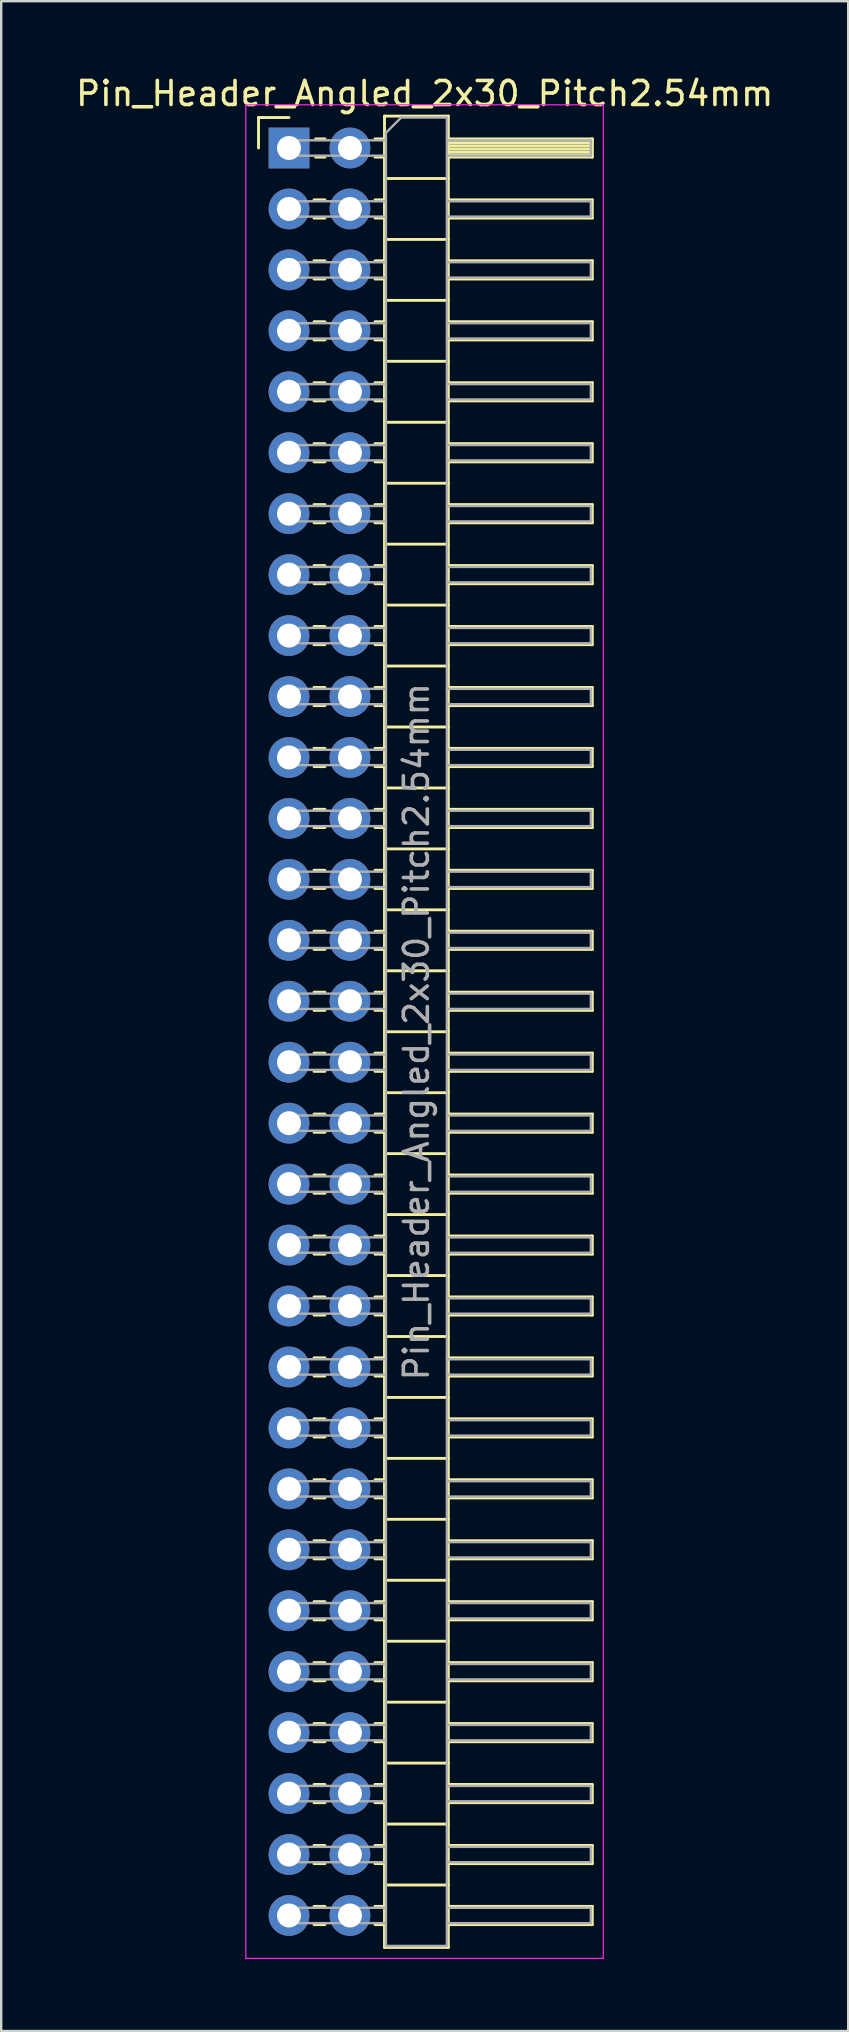
<source format=kicad_pcb>
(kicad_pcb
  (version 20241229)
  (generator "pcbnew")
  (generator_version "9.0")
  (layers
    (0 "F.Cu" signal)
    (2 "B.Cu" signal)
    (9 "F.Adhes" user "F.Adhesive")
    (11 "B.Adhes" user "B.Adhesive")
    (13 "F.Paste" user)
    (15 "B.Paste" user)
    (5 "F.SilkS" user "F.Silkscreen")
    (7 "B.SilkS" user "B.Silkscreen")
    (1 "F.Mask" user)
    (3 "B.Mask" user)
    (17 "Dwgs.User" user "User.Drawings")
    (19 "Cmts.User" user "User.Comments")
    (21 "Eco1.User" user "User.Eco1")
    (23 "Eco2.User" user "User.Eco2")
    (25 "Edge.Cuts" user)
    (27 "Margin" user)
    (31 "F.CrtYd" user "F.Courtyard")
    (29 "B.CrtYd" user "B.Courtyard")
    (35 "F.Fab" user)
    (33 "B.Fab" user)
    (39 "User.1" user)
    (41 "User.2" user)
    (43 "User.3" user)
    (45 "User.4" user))
  (footprint "Pin_Header_Angled_2x30_Pitch2.54mm"
    (layer "F.Cu")
    (at 8.994 3.118)
    (property "Reference" "Pin_Header_Angled_2x30_Pitch2.54mm" (at 5.655 -2.27 0) (layer "F.SilkS") (effects (font (size 1 1) (thickness 0.15))))
    (attr through_hole)
    (fp_line (start -1.27 -1.27) (end 0 -1.27) (stroke (width 0.12) (type solid)) (layer "F.SilkS"))
    (fp_line (start -1.27 0) (end -1.27 -1.27) (stroke (width 0.12) (type solid)) (layer "F.SilkS"))
    (fp_line (start 1.043 2.16) (end 1.497 2.16) (stroke (width 0.12) (type solid)) (layer "F.SilkS"))
    (fp_line (start 1.043 2.92) (end 1.497 2.92) (stroke (width 0.12) (type solid)) (layer "F.SilkS"))
    (fp_line (start 1.043 4.7) (end 1.497 4.7) (stroke (width 0.12) (type solid)) (layer "F.SilkS"))
    (fp_line (start 1.043 5.46) (end 1.497 5.46) (stroke (width 0.12) (type solid)) (layer "F.SilkS"))
    (fp_line (start 1.043 7.24) (end 1.497 7.24) (stroke (width 0.12) (type solid)) (layer "F.SilkS"))
    (fp_line (start 1.043 8) (end 1.497 8) (stroke (width 0.12) (type solid)) (layer "F.SilkS"))
    (fp_line (start 1.043 9.78) (end 1.497 9.78) (stroke (width 0.12) (type solid)) (layer "F.SilkS"))
    (fp_line (start 1.043 10.54) (end 1.497 10.54) (stroke (width 0.12) (type solid)) (layer "F.SilkS"))
    (fp_line (start 1.043 12.32) (end 1.497 12.32) (stroke (width 0.12) (type solid)) (layer "F.SilkS"))
    (fp_line (start 1.043 13.08) (end 1.497 13.08) (stroke (width 0.12) (type solid)) (layer "F.SilkS"))
    (fp_line (start 1.043 14.86) (end 1.497 14.86) (stroke (width 0.12) (type solid)) (layer "F.SilkS"))
    (fp_line (start 1.043 15.62) (end 1.497 15.62) (stroke (width 0.12) (type solid)) (layer "F.SilkS"))
    (fp_line (start 1.043 17.4) (end 1.497 17.4) (stroke (width 0.12) (type solid)) (layer "F.SilkS"))
    (fp_line (start 1.043 18.16) (end 1.497 18.16) (stroke (width 0.12) (type solid)) (layer "F.SilkS"))
    (fp_line (start 1.043 19.94) (end 1.497 19.94) (stroke (width 0.12) (type solid)) (layer "F.SilkS"))
    (fp_line (start 1.043 20.7) (end 1.497 20.7) (stroke (width 0.12) (type solid)) (layer "F.SilkS"))
    (fp_line (start 1.043 22.48) (end 1.497 22.48) (stroke (width 0.12) (type solid)) (layer "F.SilkS"))
    (fp_line (start 1.043 23.24) (end 1.497 23.24) (stroke (width 0.12) (type solid)) (layer "F.SilkS"))
    (fp_line (start 1.043 25.02) (end 1.497 25.02) (stroke (width 0.12) (type solid)) (layer "F.SilkS"))
    (fp_line (start 1.043 25.78) (end 1.497 25.78) (stroke (width 0.12) (type solid)) (layer "F.SilkS"))
    (fp_line (start 1.043 27.56) (end 1.497 27.56) (stroke (width 0.12) (type solid)) (layer "F.SilkS"))
    (fp_line (start 1.043 28.32) (end 1.497 28.32) (stroke (width 0.12) (type solid)) (layer "F.SilkS"))
    (fp_line (start 1.043 30.1) (end 1.497 30.1) (stroke (width 0.12) (type solid)) (layer "F.SilkS"))
    (fp_line (start 1.043 30.86) (end 1.497 30.86) (stroke (width 0.12) (type solid)) (layer "F.SilkS"))
    (fp_line (start 1.043 32.64) (end 1.497 32.64) (stroke (width 0.12) (type solid)) (layer "F.SilkS"))
    (fp_line (start 1.043 33.4) (end 1.497 33.4) (stroke (width 0.12) (type solid)) (layer "F.SilkS"))
    (fp_line (start 1.043 35.18) (end 1.497 35.18) (stroke (width 0.12) (type solid)) (layer "F.SilkS"))
    (fp_line (start 1.043 35.94) (end 1.497 35.94) (stroke (width 0.12) (type solid)) (layer "F.SilkS"))
    (fp_line (start 1.043 37.72) (end 1.497 37.72) (stroke (width 0.12) (type solid)) (layer "F.SilkS"))
    (fp_line (start 1.043 38.48) (end 1.497 38.48) (stroke (width 0.12) (type solid)) (layer "F.SilkS"))
    (fp_line (start 1.043 40.26) (end 1.497 40.26) (stroke (width 0.12) (type solid)) (layer "F.SilkS"))
    (fp_line (start 1.043 41.02) (end 1.497 41.02) (stroke (width 0.12) (type solid)) (layer "F.SilkS"))
    (fp_line (start 1.043 42.8) (end 1.497 42.8) (stroke (width 0.12) (type solid)) (layer "F.SilkS"))
    (fp_line (start 1.043 43.56) (end 1.497 43.56) (stroke (width 0.12) (type solid)) (layer "F.SilkS"))
    (fp_line (start 1.043 45.34) (end 1.497 45.34) (stroke (width 0.12) (type solid)) (layer "F.SilkS"))
    (fp_line (start 1.043 46.1) (end 1.497 46.1) (stroke (width 0.12) (type solid)) (layer "F.SilkS"))
    (fp_line (start 1.043 47.88) (end 1.497 47.88) (stroke (width 0.12) (type solid)) (layer "F.SilkS"))
    (fp_line (start 1.043 48.64) (end 1.497 48.64) (stroke (width 0.12) (type solid)) (layer "F.SilkS"))
    (fp_line (start 1.043 50.42) (end 1.497 50.42) (stroke (width 0.12) (type solid)) (layer "F.SilkS"))
    (fp_line (start 1.043 51.18) (end 1.497 51.18) (stroke (width 0.12) (type solid)) (layer "F.SilkS"))
    (fp_line (start 1.043 52.96) (end 1.497 52.96) (stroke (width 0.12) (type solid)) (layer "F.SilkS"))
    (fp_line (start 1.043 53.72) (end 1.497 53.72) (stroke (width 0.12) (type solid)) (layer "F.SilkS"))
    (fp_line (start 1.043 55.5) (end 1.497 55.5) (stroke (width 0.12) (type solid)) (layer "F.SilkS"))
    (fp_line (start 1.043 56.26) (end 1.497 56.26) (stroke (width 0.12) (type solid)) (layer "F.SilkS"))
    (fp_line (start 1.043 58.04) (end 1.497 58.04) (stroke (width 0.12) (type solid)) (layer "F.SilkS"))
    (fp_line (start 1.043 58.8) (end 1.497 58.8) (stroke (width 0.12) (type solid)) (layer "F.SilkS"))
    (fp_line (start 1.043 60.58) (end 1.497 60.58) (stroke (width 0.12) (type solid)) (layer "F.SilkS"))
    (fp_line (start 1.043 61.34) (end 1.497 61.34) (stroke (width 0.12) (type solid)) (layer "F.SilkS"))
    (fp_line (start 1.043 63.12) (end 1.497 63.12) (stroke (width 0.12) (type solid)) (layer "F.SilkS"))
    (fp_line (start 1.043 63.88) (end 1.497 63.88) (stroke (width 0.12) (type solid)) (layer "F.SilkS"))
    (fp_line (start 1.043 65.66) (end 1.497 65.66) (stroke (width 0.12) (type solid)) (layer "F.SilkS"))
    (fp_line (start 1.043 66.42) (end 1.497 66.42) (stroke (width 0.12) (type solid)) (layer "F.SilkS"))
    (fp_line (start 1.043 68.2) (end 1.497 68.2) (stroke (width 0.12) (type solid)) (layer "F.SilkS"))
    (fp_line (start 1.043 68.96) (end 1.497 68.96) (stroke (width 0.12) (type solid)) (layer "F.SilkS"))
    (fp_line (start 1.043 70.74) (end 1.497 70.74) (stroke (width 0.12) (type solid)) (layer "F.SilkS"))
    (fp_line (start 1.043 71.5) (end 1.497 71.5) (stroke (width 0.12) (type solid)) (layer "F.SilkS"))
    (fp_line (start 1.043 73.28) (end 1.497 73.28) (stroke (width 0.12) (type solid)) (layer "F.SilkS"))
    (fp_line (start 1.043 74.04) (end 1.497 74.04) (stroke (width 0.12) (type solid)) (layer "F.SilkS"))
    (fp_line (start 1.11 -0.38) (end 1.497 -0.38) (stroke (width 0.12) (type solid)) (layer "F.SilkS"))
    (fp_line (start 1.11 0.38) (end 1.497 0.38) (stroke (width 0.12) (type solid)) (layer "F.SilkS"))
    (fp_line (start 3.583 -0.38) (end 3.98 -0.38) (stroke (width 0.12) (type solid)) (layer "F.SilkS"))
    (fp_line (start 3.583 0.38) (end 3.98 0.38) (stroke (width 0.12) (type solid)) (layer "F.SilkS"))
    (fp_line (start 3.583 2.16) (end 3.98 2.16) (stroke (width 0.12) (type solid)) (layer "F.SilkS"))
    (fp_line (start 3.583 2.92) (end 3.98 2.92) (stroke (width 0.12) (type solid)) (layer "F.SilkS"))
    (fp_line (start 3.583 4.7) (end 3.98 4.7) (stroke (width 0.12) (type solid)) (layer "F.SilkS"))
    (fp_line (start 3.583 5.46) (end 3.98 5.46) (stroke (width 0.12) (type solid)) (layer "F.SilkS"))
    (fp_line (start 3.583 7.24) (end 3.98 7.24) (stroke (width 0.12) (type solid)) (layer "F.SilkS"))
    (fp_line (start 3.583 8) (end 3.98 8) (stroke (width 0.12) (type solid)) (layer "F.SilkS"))
    (fp_line (start 3.583 9.78) (end 3.98 9.78) (stroke (width 0.12) (type solid)) (layer "F.SilkS"))
    (fp_line (start 3.583 10.54) (end 3.98 10.54) (stroke (width 0.12) (type solid)) (layer "F.SilkS"))
    (fp_line (start 3.583 12.32) (end 3.98 12.32) (stroke (width 0.12) (type solid)) (layer "F.SilkS"))
    (fp_line (start 3.583 13.08) (end 3.98 13.08) (stroke (width 0.12) (type solid)) (layer "F.SilkS"))
    (fp_line (start 3.583 14.86) (end 3.98 14.86) (stroke (width 0.12) (type solid)) (layer "F.SilkS"))
    (fp_line (start 3.583 15.62) (end 3.98 15.62) (stroke (width 0.12) (type solid)) (layer "F.SilkS"))
    (fp_line (start 3.583 17.4) (end 3.98 17.4) (stroke (width 0.12) (type solid)) (layer "F.SilkS"))
    (fp_line (start 3.583 18.16) (end 3.98 18.16) (stroke (width 0.12) (type solid)) (layer "F.SilkS"))
    (fp_line (start 3.583 19.94) (end 3.98 19.94) (stroke (width 0.12) (type solid)) (layer "F.SilkS"))
    (fp_line (start 3.583 20.7) (end 3.98 20.7) (stroke (width 0.12) (type solid)) (layer "F.SilkS"))
    (fp_line (start 3.583 22.48) (end 3.98 22.48) (stroke (width 0.12) (type solid)) (layer "F.SilkS"))
    (fp_line (start 3.583 23.24) (end 3.98 23.24) (stroke (width 0.12) (type solid)) (layer "F.SilkS"))
    (fp_line (start 3.583 25.02) (end 3.98 25.02) (stroke (width 0.12) (type solid)) (layer "F.SilkS"))
    (fp_line (start 3.583 25.78) (end 3.98 25.78) (stroke (width 0.12) (type solid)) (layer "F.SilkS"))
    (fp_line (start 3.583 27.56) (end 3.98 27.56) (stroke (width 0.12) (type solid)) (layer "F.SilkS"))
    (fp_line (start 3.583 28.32) (end 3.98 28.32) (stroke (width 0.12) (type solid)) (layer "F.SilkS"))
    (fp_line (start 3.583 30.1) (end 3.98 30.1) (stroke (width 0.12) (type solid)) (layer "F.SilkS"))
    (fp_line (start 3.583 30.86) (end 3.98 30.86) (stroke (width 0.12) (type solid)) (layer "F.SilkS"))
    (fp_line (start 3.583 32.64) (end 3.98 32.64) (stroke (width 0.12) (type solid)) (layer "F.SilkS"))
    (fp_line (start 3.583 33.4) (end 3.98 33.4) (stroke (width 0.12) (type solid)) (layer "F.SilkS"))
    (fp_line (start 3.583 35.18) (end 3.98 35.18) (stroke (width 0.12) (type solid)) (layer "F.SilkS"))
    (fp_line (start 3.583 35.94) (end 3.98 35.94) (stroke (width 0.12) (type solid)) (layer "F.SilkS"))
    (fp_line (start 3.583 37.72) (end 3.98 37.72) (stroke (width 0.12) (type solid)) (layer "F.SilkS"))
    (fp_line (start 3.583 38.48) (end 3.98 38.48) (stroke (width 0.12) (type solid)) (layer "F.SilkS"))
    (fp_line (start 3.583 40.26) (end 3.98 40.26) (stroke (width 0.12) (type solid)) (layer "F.SilkS"))
    (fp_line (start 3.583 41.02) (end 3.98 41.02) (stroke (width 0.12) (type solid)) (layer "F.SilkS"))
    (fp_line (start 3.583 42.8) (end 3.98 42.8) (stroke (width 0.12) (type solid)) (layer "F.SilkS"))
    (fp_line (start 3.583 43.56) (end 3.98 43.56) (stroke (width 0.12) (type solid)) (layer "F.SilkS"))
    (fp_line (start 3.583 45.34) (end 3.98 45.34) (stroke (width 0.12) (type solid)) (layer "F.SilkS"))
    (fp_line (start 3.583 46.1) (end 3.98 46.1) (stroke (width 0.12) (type solid)) (layer "F.SilkS"))
    (fp_line (start 3.583 47.88) (end 3.98 47.88) (stroke (width 0.12) (type solid)) (layer "F.SilkS"))
    (fp_line (start 3.583 48.64) (end 3.98 48.64) (stroke (width 0.12) (type solid)) (layer "F.SilkS"))
    (fp_line (start 3.583 50.42) (end 3.98 50.42) (stroke (width 0.12) (type solid)) (layer "F.SilkS"))
    (fp_line (start 3.583 51.18) (end 3.98 51.18) (stroke (width 0.12) (type solid)) (layer "F.SilkS"))
    (fp_line (start 3.583 52.96) (end 3.98 52.96) (stroke (width 0.12) (type solid)) (layer "F.SilkS"))
    (fp_line (start 3.583 53.72) (end 3.98 53.72) (stroke (width 0.12) (type solid)) (layer "F.SilkS"))
    (fp_line (start 3.583 55.5) (end 3.98 55.5) (stroke (width 0.12) (type solid)) (layer "F.SilkS"))
    (fp_line (start 3.583 56.26) (end 3.98 56.26) (stroke (width 0.12) (type solid)) (layer "F.SilkS"))
    (fp_line (start 3.583 58.04) (end 3.98 58.04) (stroke (width 0.12) (type solid)) (layer "F.SilkS"))
    (fp_line (start 3.583 58.8) (end 3.98 58.8) (stroke (width 0.12) (type solid)) (layer "F.SilkS"))
    (fp_line (start 3.583 60.58) (end 3.98 60.58) (stroke (width 0.12) (type solid)) (layer "F.SilkS"))
    (fp_line (start 3.583 61.34) (end 3.98 61.34) (stroke (width 0.12) (type solid)) (layer "F.SilkS"))
    (fp_line (start 3.583 63.12) (end 3.98 63.12) (stroke (width 0.12) (type solid)) (layer "F.SilkS"))
    (fp_line (start 3.583 63.88) (end 3.98 63.88) (stroke (width 0.12) (type solid)) (layer "F.SilkS"))
    (fp_line (start 3.583 65.66) (end 3.98 65.66) (stroke (width 0.12) (type solid)) (layer "F.SilkS"))
    (fp_line (start 3.583 66.42) (end 3.98 66.42) (stroke (width 0.12) (type solid)) (layer "F.SilkS"))
    (fp_line (start 3.583 68.2) (end 3.98 68.2) (stroke (width 0.12) (type solid)) (layer "F.SilkS"))
    (fp_line (start 3.583 68.96) (end 3.98 68.96) (stroke (width 0.12) (type solid)) (layer "F.SilkS"))
    (fp_line (start 3.583 70.74) (end 3.98 70.74) (stroke (width 0.12) (type solid)) (layer "F.SilkS"))
    (fp_line (start 3.583 71.5) (end 3.98 71.5) (stroke (width 0.12) (type solid)) (layer "F.SilkS"))
    (fp_line (start 3.583 73.28) (end 3.98 73.28) (stroke (width 0.12) (type solid)) (layer "F.SilkS"))
    (fp_line (start 3.583 74.04) (end 3.98 74.04) (stroke (width 0.12) (type solid)) (layer "F.SilkS"))
    (fp_line (start 3.98 -1.33) (end 3.98 74.99) (stroke (width 0.12) (type solid)) (layer "F.SilkS"))
    (fp_line (start 3.98 1.27) (end 6.64 1.27) (stroke (width 0.12) (type solid)) (layer "F.SilkS"))
    (fp_line (start 3.98 3.81) (end 6.64 3.81) (stroke (width 0.12) (type solid)) (layer "F.SilkS"))
    (fp_line (start 3.98 6.35) (end 6.64 6.35) (stroke (width 0.12) (type solid)) (layer "F.SilkS"))
    (fp_line (start 3.98 8.89) (end 6.64 8.89) (stroke (width 0.12) (type solid)) (layer "F.SilkS"))
    (fp_line (start 3.98 11.43) (end 6.64 11.43) (stroke (width 0.12) (type solid)) (layer "F.SilkS"))
    (fp_line (start 3.98 13.97) (end 6.64 13.97) (stroke (width 0.12) (type solid)) (layer "F.SilkS"))
    (fp_line (start 3.98 16.51) (end 6.64 16.51) (stroke (width 0.12) (type solid)) (layer "F.SilkS"))
    (fp_line (start 3.98 19.05) (end 6.64 19.05) (stroke (width 0.12) (type solid)) (layer "F.SilkS"))
    (fp_line (start 3.98 21.59) (end 6.64 21.59) (stroke (width 0.12) (type solid)) (layer "F.SilkS"))
    (fp_line (start 3.98 24.13) (end 6.64 24.13) (stroke (width 0.12) (type solid)) (layer "F.SilkS"))
    (fp_line (start 3.98 26.67) (end 6.64 26.67) (stroke (width 0.12) (type solid)) (layer "F.SilkS"))
    (fp_line (start 3.98 29.21) (end 6.64 29.21) (stroke (width 0.12) (type solid)) (layer "F.SilkS"))
    (fp_line (start 3.98 31.75) (end 6.64 31.75) (stroke (width 0.12) (type solid)) (layer "F.SilkS"))
    (fp_line (start 3.98 34.29) (end 6.64 34.29) (stroke (width 0.12) (type solid)) (layer "F.SilkS"))
    (fp_line (start 3.98 36.83) (end 6.64 36.83) (stroke (width 0.12) (type solid)) (layer "F.SilkS"))
    (fp_line (start 3.98 39.37) (end 6.64 39.37) (stroke (width 0.12) (type solid)) (layer "F.SilkS"))
    (fp_line (start 3.98 41.91) (end 6.64 41.91) (stroke (width 0.12) (type solid)) (layer "F.SilkS"))
    (fp_line (start 3.98 44.45) (end 6.64 44.45) (stroke (width 0.12) (type solid)) (layer "F.SilkS"))
    (fp_line (start 3.98 46.99) (end 6.64 46.99) (stroke (width 0.12) (type solid)) (layer "F.SilkS"))
    (fp_line (start 3.98 49.53) (end 6.64 49.53) (stroke (width 0.12) (type solid)) (layer "F.SilkS"))
    (fp_line (start 3.98 52.07) (end 6.64 52.07) (stroke (width 0.12) (type solid)) (layer "F.SilkS"))
    (fp_line (start 3.98 54.61) (end 6.64 54.61) (stroke (width 0.12) (type solid)) (layer "F.SilkS"))
    (fp_line (start 3.98 57.15) (end 6.64 57.15) (stroke (width 0.12) (type solid)) (layer "F.SilkS"))
    (fp_line (start 3.98 59.69) (end 6.64 59.69) (stroke (width 0.12) (type solid)) (layer "F.SilkS"))
    (fp_line (start 3.98 62.23) (end 6.64 62.23) (stroke (width 0.12) (type solid)) (layer "F.SilkS"))
    (fp_line (start 3.98 64.77) (end 6.64 64.77) (stroke (width 0.12) (type solid)) (layer "F.SilkS"))
    (fp_line (start 3.98 67.31) (end 6.64 67.31) (stroke (width 0.12) (type solid)) (layer "F.SilkS"))
    (fp_line (start 3.98 69.85) (end 6.64 69.85) (stroke (width 0.12) (type solid)) (layer "F.SilkS"))
    (fp_line (start 3.98 72.39) (end 6.64 72.39) (stroke (width 0.12) (type solid)) (layer "F.SilkS"))
    (fp_line (start 3.98 74.99) (end 6.64 74.99) (stroke (width 0.12) (type solid)) (layer "F.SilkS"))
    (fp_line (start 6.64 -1.33) (end 3.98 -1.33) (stroke (width 0.12) (type solid)) (layer "F.SilkS"))
    (fp_line (start 6.64 -0.38) (end 12.64 -0.38) (stroke (width 0.12) (type solid)) (layer "F.SilkS"))
    (fp_line (start 6.64 -0.32) (end 12.64 -0.32) (stroke (width 0.12) (type solid)) (layer "F.SilkS"))
    (fp_line (start 6.64 -0.2) (end 12.64 -0.2) (stroke (width 0.12) (type solid)) (layer "F.SilkS"))
    (fp_line (start 6.64 -0.08) (end 12.64 -0.08) (stroke (width 0.12) (type solid)) (layer "F.SilkS"))
    (fp_line (start 6.64 0.04) (end 12.64 0.04) (stroke (width 0.12) (type solid)) (layer "F.SilkS"))
    (fp_line (start 6.64 0.16) (end 12.64 0.16) (stroke (width 0.12) (type solid)) (layer "F.SilkS"))
    (fp_line (start 6.64 0.28) (end 12.64 0.28) (stroke (width 0.12) (type solid)) (layer "F.SilkS"))
    (fp_line (start 6.64 2.16) (end 12.64 2.16) (stroke (width 0.12) (type solid)) (layer "F.SilkS"))
    (fp_line (start 6.64 4.7) (end 12.64 4.7) (stroke (width 0.12) (type solid)) (layer "F.SilkS"))
    (fp_line (start 6.64 7.24) (end 12.64 7.24) (stroke (width 0.12) (type solid)) (layer "F.SilkS"))
    (fp_line (start 6.64 9.78) (end 12.64 9.78) (stroke (width 0.12) (type solid)) (layer "F.SilkS"))
    (fp_line (start 6.64 12.32) (end 12.64 12.32) (stroke (width 0.12) (type solid)) (layer "F.SilkS"))
    (fp_line (start 6.64 14.86) (end 12.64 14.86) (stroke (width 0.12) (type solid)) (layer "F.SilkS"))
    (fp_line (start 6.64 17.4) (end 12.64 17.4) (stroke (width 0.12) (type solid)) (layer "F.SilkS"))
    (fp_line (start 6.64 19.94) (end 12.64 19.94) (stroke (width 0.12) (type solid)) (layer "F.SilkS"))
    (fp_line (start 6.64 22.48) (end 12.64 22.48) (stroke (width 0.12) (type solid)) (layer "F.SilkS"))
    (fp_line (start 6.64 25.02) (end 12.64 25.02) (stroke (width 0.12) (type solid)) (layer "F.SilkS"))
    (fp_line (start 6.64 27.56) (end 12.64 27.56) (stroke (width 0.12) (type solid)) (layer "F.SilkS"))
    (fp_line (start 6.64 30.1) (end 12.64 30.1) (stroke (width 0.12) (type solid)) (layer "F.SilkS"))
    (fp_line (start 6.64 32.64) (end 12.64 32.64) (stroke (width 0.12) (type solid)) (layer "F.SilkS"))
    (fp_line (start 6.64 35.18) (end 12.64 35.18) (stroke (width 0.12) (type solid)) (layer "F.SilkS"))
    (fp_line (start 6.64 37.72) (end 12.64 37.72) (stroke (width 0.12) (type solid)) (layer "F.SilkS"))
    (fp_line (start 6.64 40.26) (end 12.64 40.26) (stroke (width 0.12) (type solid)) (layer "F.SilkS"))
    (fp_line (start 6.64 42.8) (end 12.64 42.8) (stroke (width 0.12) (type solid)) (layer "F.SilkS"))
    (fp_line (start 6.64 45.34) (end 12.64 45.34) (stroke (width 0.12) (type solid)) (layer "F.SilkS"))
    (fp_line (start 6.64 47.88) (end 12.64 47.88) (stroke (width 0.12) (type solid)) (layer "F.SilkS"))
    (fp_line (start 6.64 50.42) (end 12.64 50.42) (stroke (width 0.12) (type solid)) (layer "F.SilkS"))
    (fp_line (start 6.64 52.96) (end 12.64 52.96) (stroke (width 0.12) (type solid)) (layer "F.SilkS"))
    (fp_line (start 6.64 55.5) (end 12.64 55.5) (stroke (width 0.12) (type solid)) (layer "F.SilkS"))
    (fp_line (start 6.64 58.04) (end 12.64 58.04) (stroke (width 0.12) (type solid)) (layer "F.SilkS"))
    (fp_line (start 6.64 60.58) (end 12.64 60.58) (stroke (width 0.12) (type solid)) (layer "F.SilkS"))
    (fp_line (start 6.64 63.12) (end 12.64 63.12) (stroke (width 0.12) (type solid)) (layer "F.SilkS"))
    (fp_line (start 6.64 65.66) (end 12.64 65.66) (stroke (width 0.12) (type solid)) (layer "F.SilkS"))
    (fp_line (start 6.64 68.2) (end 12.64 68.2) (stroke (width 0.12) (type solid)) (layer "F.SilkS"))
    (fp_line (start 6.64 70.74) (end 12.64 70.74) (stroke (width 0.12) (type solid)) (layer "F.SilkS"))
    (fp_line (start 6.64 73.28) (end 12.64 73.28) (stroke (width 0.12) (type solid)) (layer "F.SilkS"))
    (fp_line (start 6.64 74.99) (end 6.64 -1.33) (stroke (width 0.12) (type solid)) (layer "F.SilkS"))
    (fp_line (start 12.64 -0.38) (end 12.64 0.38) (stroke (width 0.12) (type solid)) (layer "F.SilkS"))
    (fp_line (start 12.64 0.38) (end 6.64 0.38) (stroke (width 0.12) (type solid)) (layer "F.SilkS"))
    (fp_line (start 12.64 2.16) (end 12.64 2.92) (stroke (width 0.12) (type solid)) (layer "F.SilkS"))
    (fp_line (start 12.64 2.92) (end 6.64 2.92) (stroke (width 0.12) (type solid)) (layer "F.SilkS"))
    (fp_line (start 12.64 4.7) (end 12.64 5.46) (stroke (width 0.12) (type solid)) (layer "F.SilkS"))
    (fp_line (start 12.64 5.46) (end 6.64 5.46) (stroke (width 0.12) (type solid)) (layer "F.SilkS"))
    (fp_line (start 12.64 7.24) (end 12.64 8) (stroke (width 0.12) (type solid)) (layer "F.SilkS"))
    (fp_line (start 12.64 8) (end 6.64 8) (stroke (width 0.12) (type solid)) (layer "F.SilkS"))
    (fp_line (start 12.64 9.78) (end 12.64 10.54) (stroke (width 0.12) (type solid)) (layer "F.SilkS"))
    (fp_line (start 12.64 10.54) (end 6.64 10.54) (stroke (width 0.12) (type solid)) (layer "F.SilkS"))
    (fp_line (start 12.64 12.32) (end 12.64 13.08) (stroke (width 0.12) (type solid)) (layer "F.SilkS"))
    (fp_line (start 12.64 13.08) (end 6.64 13.08) (stroke (width 0.12) (type solid)) (layer "F.SilkS"))
    (fp_line (start 12.64 14.86) (end 12.64 15.62) (stroke (width 0.12) (type solid)) (layer "F.SilkS"))
    (fp_line (start 12.64 15.62) (end 6.64 15.62) (stroke (width 0.12) (type solid)) (layer "F.SilkS"))
    (fp_line (start 12.64 17.4) (end 12.64 18.16) (stroke (width 0.12) (type solid)) (layer "F.SilkS"))
    (fp_line (start 12.64 18.16) (end 6.64 18.16) (stroke (width 0.12) (type solid)) (layer "F.SilkS"))
    (fp_line (start 12.64 19.94) (end 12.64 20.7) (stroke (width 0.12) (type solid)) (layer "F.SilkS"))
    (fp_line (start 12.64 20.7) (end 6.64 20.7) (stroke (width 0.12) (type solid)) (layer "F.SilkS"))
    (fp_line (start 12.64 22.48) (end 12.64 23.24) (stroke (width 0.12) (type solid)) (layer "F.SilkS"))
    (fp_line (start 12.64 23.24) (end 6.64 23.24) (stroke (width 0.12) (type solid)) (layer "F.SilkS"))
    (fp_line (start 12.64 25.02) (end 12.64 25.78) (stroke (width 0.12) (type solid)) (layer "F.SilkS"))
    (fp_line (start 12.64 25.78) (end 6.64 25.78) (stroke (width 0.12) (type solid)) (layer "F.SilkS"))
    (fp_line (start 12.64 27.56) (end 12.64 28.32) (stroke (width 0.12) (type solid)) (layer "F.SilkS"))
    (fp_line (start 12.64 28.32) (end 6.64 28.32) (stroke (width 0.12) (type solid)) (layer "F.SilkS"))
    (fp_line (start 12.64 30.1) (end 12.64 30.86) (stroke (width 0.12) (type solid)) (layer "F.SilkS"))
    (fp_line (start 12.64 30.86) (end 6.64 30.86) (stroke (width 0.12) (type solid)) (layer "F.SilkS"))
    (fp_line (start 12.64 32.64) (end 12.64 33.4) (stroke (width 0.12) (type solid)) (layer "F.SilkS"))
    (fp_line (start 12.64 33.4) (end 6.64 33.4) (stroke (width 0.12) (type solid)) (layer "F.SilkS"))
    (fp_line (start 12.64 35.18) (end 12.64 35.94) (stroke (width 0.12) (type solid)) (layer "F.SilkS"))
    (fp_line (start 12.64 35.94) (end 6.64 35.94) (stroke (width 0.12) (type solid)) (layer "F.SilkS"))
    (fp_line (start 12.64 37.72) (end 12.64 38.48) (stroke (width 0.12) (type solid)) (layer "F.SilkS"))
    (fp_line (start 12.64 38.48) (end 6.64 38.48) (stroke (width 0.12) (type solid)) (layer "F.SilkS"))
    (fp_line (start 12.64 40.26) (end 12.64 41.02) (stroke (width 0.12) (type solid)) (layer "F.SilkS"))
    (fp_line (start 12.64 41.02) (end 6.64 41.02) (stroke (width 0.12) (type solid)) (layer "F.SilkS"))
    (fp_line (start 12.64 42.8) (end 12.64 43.56) (stroke (width 0.12) (type solid)) (layer "F.SilkS"))
    (fp_line (start 12.64 43.56) (end 6.64 43.56) (stroke (width 0.12) (type solid)) (layer "F.SilkS"))
    (fp_line (start 12.64 45.34) (end 12.64 46.1) (stroke (width 0.12) (type solid)) (layer "F.SilkS"))
    (fp_line (start 12.64 46.1) (end 6.64 46.1) (stroke (width 0.12) (type solid)) (layer "F.SilkS"))
    (fp_line (start 12.64 47.88) (end 12.64 48.64) (stroke (width 0.12) (type solid)) (layer "F.SilkS"))
    (fp_line (start 12.64 48.64) (end 6.64 48.64) (stroke (width 0.12) (type solid)) (layer "F.SilkS"))
    (fp_line (start 12.64 50.42) (end 12.64 51.18) (stroke (width 0.12) (type solid)) (layer "F.SilkS"))
    (fp_line (start 12.64 51.18) (end 6.64 51.18) (stroke (width 0.12) (type solid)) (layer "F.SilkS"))
    (fp_line (start 12.64 52.96) (end 12.64 53.72) (stroke (width 0.12) (type solid)) (layer "F.SilkS"))
    (fp_line (start 12.64 53.72) (end 6.64 53.72) (stroke (width 0.12) (type solid)) (layer "F.SilkS"))
    (fp_line (start 12.64 55.5) (end 12.64 56.26) (stroke (width 0.12) (type solid)) (layer "F.SilkS"))
    (fp_line (start 12.64 56.26) (end 6.64 56.26) (stroke (width 0.12) (type solid)) (layer "F.SilkS"))
    (fp_line (start 12.64 58.04) (end 12.64 58.8) (stroke (width 0.12) (type solid)) (layer "F.SilkS"))
    (fp_line (start 12.64 58.8) (end 6.64 58.8) (stroke (width 0.12) (type solid)) (layer "F.SilkS"))
    (fp_line (start 12.64 60.58) (end 12.64 61.34) (stroke (width 0.12) (type solid)) (layer "F.SilkS"))
    (fp_line (start 12.64 61.34) (end 6.64 61.34) (stroke (width 0.12) (type solid)) (layer "F.SilkS"))
    (fp_line (start 12.64 63.12) (end 12.64 63.88) (stroke (width 0.12) (type solid)) (layer "F.SilkS"))
    (fp_line (start 12.64 63.88) (end 6.64 63.88) (stroke (width 0.12) (type solid)) (layer "F.SilkS"))
    (fp_line (start 12.64 65.66) (end 12.64 66.42) (stroke (width 0.12) (type solid)) (layer "F.SilkS"))
    (fp_line (start 12.64 66.42) (end 6.64 66.42) (stroke (width 0.12) (type solid)) (layer "F.SilkS"))
    (fp_line (start 12.64 68.2) (end 12.64 68.96) (stroke (width 0.12) (type solid)) (layer "F.SilkS"))
    (fp_line (start 12.64 68.96) (end 6.64 68.96) (stroke (width 0.12) (type solid)) (layer "F.SilkS"))
    (fp_line (start 12.64 70.74) (end 12.64 71.5) (stroke (width 0.12) (type solid)) (layer "F.SilkS"))
    (fp_line (start 12.64 71.5) (end 6.64 71.5) (stroke (width 0.12) (type solid)) (layer "F.SilkS"))
    (fp_line (start 12.64 73.28) (end 12.64 74.04) (stroke (width 0.12) (type solid)) (layer "F.SilkS"))
    (fp_line (start 12.64 74.04) (end 6.64 74.04) (stroke (width 0.12) (type solid)) (layer "F.SilkS"))
    (fp_line (start -1.8 -1.8) (end -1.8 75.45) (stroke (width 0.05) (type solid)) (layer "F.CrtYd"))
    (fp_line (start -1.8 75.45) (end 13.1 75.45) (stroke (width 0.05) (type solid)) (layer "F.CrtYd"))
    (fp_line (start 13.1 -1.8) (end -1.8 -1.8) (stroke (width 0.05) (type solid)) (layer "F.CrtYd"))
    (fp_line (start 13.1 75.45) (end 13.1 -1.8) (stroke (width 0.05) (type solid)) (layer "F.CrtYd"))
    (fp_line (start -0.32 -0.32) (end -0.32 0.32) (stroke (width 0.1) (type solid)) (layer "F.Fab"))
    (fp_line (start -0.32 -0.32) (end 4.04 -0.32) (stroke (width 0.1) (type solid)) (layer "F.Fab"))
    (fp_line (start -0.32 0.32) (end 4.04 0.32) (stroke (width 0.1) (type solid)) (layer "F.Fab"))
    (fp_line (start -0.32 2.22) (end -0.32 2.86) (stroke (width 0.1) (type solid)) (layer "F.Fab"))
    (fp_line (start -0.32 2.22) (end 4.04 2.22) (stroke (width 0.1) (type solid)) (layer "F.Fab"))
    (fp_line (start -0.32 2.86) (end 4.04 2.86) (stroke (width 0.1) (type solid)) (layer "F.Fab"))
    (fp_line (start -0.32 4.76) (end -0.32 5.4) (stroke (width 0.1) (type solid)) (layer "F.Fab"))
    (fp_line (start -0.32 4.76) (end 4.04 4.76) (stroke (width 0.1) (type solid)) (layer "F.Fab"))
    (fp_line (start -0.32 5.4) (end 4.04 5.4) (stroke (width 0.1) (type solid)) (layer "F.Fab"))
    (fp_line (start -0.32 7.3) (end -0.32 7.94) (stroke (width 0.1) (type solid)) (layer "F.Fab"))
    (fp_line (start -0.32 7.3) (end 4.04 7.3) (stroke (width 0.1) (type solid)) (layer "F.Fab"))
    (fp_line (start -0.32 7.94) (end 4.04 7.94) (stroke (width 0.1) (type solid)) (layer "F.Fab"))
    (fp_line (start -0.32 9.84) (end -0.32 10.48) (stroke (width 0.1) (type solid)) (layer "F.Fab"))
    (fp_line (start -0.32 9.84) (end 4.04 9.84) (stroke (width 0.1) (type solid)) (layer "F.Fab"))
    (fp_line (start -0.32 10.48) (end 4.04 10.48) (stroke (width 0.1) (type solid)) (layer "F.Fab"))
    (fp_line (start -0.32 12.38) (end -0.32 13.02) (stroke (width 0.1) (type solid)) (layer "F.Fab"))
    (fp_line (start -0.32 12.38) (end 4.04 12.38) (stroke (width 0.1) (type solid)) (layer "F.Fab"))
    (fp_line (start -0.32 13.02) (end 4.04 13.02) (stroke (width 0.1) (type solid)) (layer "F.Fab"))
    (fp_line (start -0.32 14.92) (end -0.32 15.56) (stroke (width 0.1) (type solid)) (layer "F.Fab"))
    (fp_line (start -0.32 14.92) (end 4.04 14.92) (stroke (width 0.1) (type solid)) (layer "F.Fab"))
    (fp_line (start -0.32 15.56) (end 4.04 15.56) (stroke (width 0.1) (type solid)) (layer "F.Fab"))
    (fp_line (start -0.32 17.46) (end -0.32 18.1) (stroke (width 0.1) (type solid)) (layer "F.Fab"))
    (fp_line (start -0.32 17.46) (end 4.04 17.46) (stroke (width 0.1) (type solid)) (layer "F.Fab"))
    (fp_line (start -0.32 18.1) (end 4.04 18.1) (stroke (width 0.1) (type solid)) (layer "F.Fab"))
    (fp_line (start -0.32 20) (end -0.32 20.64) (stroke (width 0.1) (type solid)) (layer "F.Fab"))
    (fp_line (start -0.32 20) (end 4.04 20) (stroke (width 0.1) (type solid)) (layer "F.Fab"))
    (fp_line (start -0.32 20.64) (end 4.04 20.64) (stroke (width 0.1) (type solid)) (layer "F.Fab"))
    (fp_line (start -0.32 22.54) (end -0.32 23.18) (stroke (width 0.1) (type solid)) (layer "F.Fab"))
    (fp_line (start -0.32 22.54) (end 4.04 22.54) (stroke (width 0.1) (type solid)) (layer "F.Fab"))
    (fp_line (start -0.32 23.18) (end 4.04 23.18) (stroke (width 0.1) (type solid)) (layer "F.Fab"))
    (fp_line (start -0.32 25.08) (end -0.32 25.72) (stroke (width 0.1) (type solid)) (layer "F.Fab"))
    (fp_line (start -0.32 25.08) (end 4.04 25.08) (stroke (width 0.1) (type solid)) (layer "F.Fab"))
    (fp_line (start -0.32 25.72) (end 4.04 25.72) (stroke (width 0.1) (type solid)) (layer "F.Fab"))
    (fp_line (start -0.32 27.62) (end -0.32 28.26) (stroke (width 0.1) (type solid)) (layer "F.Fab"))
    (fp_line (start -0.32 27.62) (end 4.04 27.62) (stroke (width 0.1) (type solid)) (layer "F.Fab"))
    (fp_line (start -0.32 28.26) (end 4.04 28.26) (stroke (width 0.1) (type solid)) (layer "F.Fab"))
    (fp_line (start -0.32 30.16) (end -0.32 30.8) (stroke (width 0.1) (type solid)) (layer "F.Fab"))
    (fp_line (start -0.32 30.16) (end 4.04 30.16) (stroke (width 0.1) (type solid)) (layer "F.Fab"))
    (fp_line (start -0.32 30.8) (end 4.04 30.8) (stroke (width 0.1) (type solid)) (layer "F.Fab"))
    (fp_line (start -0.32 32.7) (end -0.32 33.34) (stroke (width 0.1) (type solid)) (layer "F.Fab"))
    (fp_line (start -0.32 32.7) (end 4.04 32.7) (stroke (width 0.1) (type solid)) (layer "F.Fab"))
    (fp_line (start -0.32 33.34) (end 4.04 33.34) (stroke (width 0.1) (type solid)) (layer "F.Fab"))
    (fp_line (start -0.32 35.24) (end -0.32 35.88) (stroke (width 0.1) (type solid)) (layer "F.Fab"))
    (fp_line (start -0.32 35.24) (end 4.04 35.24) (stroke (width 0.1) (type solid)) (layer "F.Fab"))
    (fp_line (start -0.32 35.88) (end 4.04 35.88) (stroke (width 0.1) (type solid)) (layer "F.Fab"))
    (fp_line (start -0.32 37.78) (end -0.32 38.42) (stroke (width 0.1) (type solid)) (layer "F.Fab"))
    (fp_line (start -0.32 37.78) (end 4.04 37.78) (stroke (width 0.1) (type solid)) (layer "F.Fab"))
    (fp_line (start -0.32 38.42) (end 4.04 38.42) (stroke (width 0.1) (type solid)) (layer "F.Fab"))
    (fp_line (start -0.32 40.32) (end -0.32 40.96) (stroke (width 0.1) (type solid)) (layer "F.Fab"))
    (fp_line (start -0.32 40.32) (end 4.04 40.32) (stroke (width 0.1) (type solid)) (layer "F.Fab"))
    (fp_line (start -0.32 40.96) (end 4.04 40.96) (stroke (width 0.1) (type solid)) (layer "F.Fab"))
    (fp_line (start -0.32 42.86) (end -0.32 43.5) (stroke (width 0.1) (type solid)) (layer "F.Fab"))
    (fp_line (start -0.32 42.86) (end 4.04 42.86) (stroke (width 0.1) (type solid)) (layer "F.Fab"))
    (fp_line (start -0.32 43.5) (end 4.04 43.5) (stroke (width 0.1) (type solid)) (layer "F.Fab"))
    (fp_line (start -0.32 45.4) (end -0.32 46.04) (stroke (width 0.1) (type solid)) (layer "F.Fab"))
    (fp_line (start -0.32 45.4) (end 4.04 45.4) (stroke (width 0.1) (type solid)) (layer "F.Fab"))
    (fp_line (start -0.32 46.04) (end 4.04 46.04) (stroke (width 0.1) (type solid)) (layer "F.Fab"))
    (fp_line (start -0.32 47.94) (end -0.32 48.58) (stroke (width 0.1) (type solid)) (layer "F.Fab"))
    (fp_line (start -0.32 47.94) (end 4.04 47.94) (stroke (width 0.1) (type solid)) (layer "F.Fab"))
    (fp_line (start -0.32 48.58) (end 4.04 48.58) (stroke (width 0.1) (type solid)) (layer "F.Fab"))
    (fp_line (start -0.32 50.48) (end -0.32 51.12) (stroke (width 0.1) (type solid)) (layer "F.Fab"))
    (fp_line (start -0.32 50.48) (end 4.04 50.48) (stroke (width 0.1) (type solid)) (layer "F.Fab"))
    (fp_line (start -0.32 51.12) (end 4.04 51.12) (stroke (width 0.1) (type solid)) (layer "F.Fab"))
    (fp_line (start -0.32 53.02) (end -0.32 53.66) (stroke (width 0.1) (type solid)) (layer "F.Fab"))
    (fp_line (start -0.32 53.02) (end 4.04 53.02) (stroke (width 0.1) (type solid)) (layer "F.Fab"))
    (fp_line (start -0.32 53.66) (end 4.04 53.66) (stroke (width 0.1) (type solid)) (layer "F.Fab"))
    (fp_line (start -0.32 55.56) (end -0.32 56.2) (stroke (width 0.1) (type solid)) (layer "F.Fab"))
    (fp_line (start -0.32 55.56) (end 4.04 55.56) (stroke (width 0.1) (type solid)) (layer "F.Fab"))
    (fp_line (start -0.32 56.2) (end 4.04 56.2) (stroke (width 0.1) (type solid)) (layer "F.Fab"))
    (fp_line (start -0.32 58.1) (end -0.32 58.74) (stroke (width 0.1) (type solid)) (layer "F.Fab"))
    (fp_line (start -0.32 58.1) (end 4.04 58.1) (stroke (width 0.1) (type solid)) (layer "F.Fab"))
    (fp_line (start -0.32 58.74) (end 4.04 58.74) (stroke (width 0.1) (type solid)) (layer "F.Fab"))
    (fp_line (start -0.32 60.64) (end -0.32 61.28) (stroke (width 0.1) (type solid)) (layer "F.Fab"))
    (fp_line (start -0.32 60.64) (end 4.04 60.64) (stroke (width 0.1) (type solid)) (layer "F.Fab"))
    (fp_line (start -0.32 61.28) (end 4.04 61.28) (stroke (width 0.1) (type solid)) (layer "F.Fab"))
    (fp_line (start -0.32 63.18) (end -0.32 63.82) (stroke (width 0.1) (type solid)) (layer "F.Fab"))
    (fp_line (start -0.32 63.18) (end 4.04 63.18) (stroke (width 0.1) (type solid)) (layer "F.Fab"))
    (fp_line (start -0.32 63.82) (end 4.04 63.82) (stroke (width 0.1) (type solid)) (layer "F.Fab"))
    (fp_line (start -0.32 65.72) (end -0.32 66.36) (stroke (width 0.1) (type solid)) (layer "F.Fab"))
    (fp_line (start -0.32 65.72) (end 4.04 65.72) (stroke (width 0.1) (type solid)) (layer "F.Fab"))
    (fp_line (start -0.32 66.36) (end 4.04 66.36) (stroke (width 0.1) (type solid)) (layer "F.Fab"))
    (fp_line (start -0.32 68.26) (end -0.32 68.9) (stroke (width 0.1) (type solid)) (layer "F.Fab"))
    (fp_line (start -0.32 68.26) (end 4.04 68.26) (stroke (width 0.1) (type solid)) (layer "F.Fab"))
    (fp_line (start -0.32 68.9) (end 4.04 68.9) (stroke (width 0.1) (type solid)) (layer "F.Fab"))
    (fp_line (start -0.32 70.8) (end -0.32 71.44) (stroke (width 0.1) (type solid)) (layer "F.Fab"))
    (fp_line (start -0.32 70.8) (end 4.04 70.8) (stroke (width 0.1) (type solid)) (layer "F.Fab"))
    (fp_line (start -0.32 71.44) (end 4.04 71.44) (stroke (width 0.1) (type solid)) (layer "F.Fab"))
    (fp_line (start -0.32 73.34) (end -0.32 73.98) (stroke (width 0.1) (type solid)) (layer "F.Fab"))
    (fp_line (start -0.32 73.34) (end 4.04 73.34) (stroke (width 0.1) (type solid)) (layer "F.Fab"))
    (fp_line (start -0.32 73.98) (end 4.04 73.98) (stroke (width 0.1) (type solid)) (layer "F.Fab"))
    (fp_line (start 4.04 -0.635) (end 4.675 -1.27) (stroke (width 0.1) (type solid)) (layer "F.Fab"))
    (fp_line (start 4.04 74.93) (end 4.04 -0.635) (stroke (width 0.1) (type solid)) (layer "F.Fab"))
    (fp_line (start 4.675 -1.27) (end 6.58 -1.27) (stroke (width 0.1) (type solid)) (layer "F.Fab"))
    (fp_line (start 6.58 -1.27) (end 6.58 74.93) (stroke (width 0.1) (type solid)) (layer "F.Fab"))
    (fp_line (start 6.58 -0.32) (end 12.58 -0.32) (stroke (width 0.1) (type solid)) (layer "F.Fab"))
    (fp_line (start 6.58 0.32) (end 12.58 0.32) (stroke (width 0.1) (type solid)) (layer "F.Fab"))
    (fp_line (start 6.58 2.22) (end 12.58 2.22) (stroke (width 0.1) (type solid)) (layer "F.Fab"))
    (fp_line (start 6.58 2.86) (end 12.58 2.86) (stroke (width 0.1) (type solid)) (layer "F.Fab"))
    (fp_line (start 6.58 4.76) (end 12.58 4.76) (stroke (width 0.1) (type solid)) (layer "F.Fab"))
    (fp_line (start 6.58 5.4) (end 12.58 5.4) (stroke (width 0.1) (type solid)) (layer "F.Fab"))
    (fp_line (start 6.58 7.3) (end 12.58 7.3) (stroke (width 0.1) (type solid)) (layer "F.Fab"))
    (fp_line (start 6.58 7.94) (end 12.58 7.94) (stroke (width 0.1) (type solid)) (layer "F.Fab"))
    (fp_line (start 6.58 9.84) (end 12.58 9.84) (stroke (width 0.1) (type solid)) (layer "F.Fab"))
    (fp_line (start 6.58 10.48) (end 12.58 10.48) (stroke (width 0.1) (type solid)) (layer "F.Fab"))
    (fp_line (start 6.58 12.38) (end 12.58 12.38) (stroke (width 0.1) (type solid)) (layer "F.Fab"))
    (fp_line (start 6.58 13.02) (end 12.58 13.02) (stroke (width 0.1) (type solid)) (layer "F.Fab"))
    (fp_line (start 6.58 14.92) (end 12.58 14.92) (stroke (width 0.1) (type solid)) (layer "F.Fab"))
    (fp_line (start 6.58 15.56) (end 12.58 15.56) (stroke (width 0.1) (type solid)) (layer "F.Fab"))
    (fp_line (start 6.58 17.46) (end 12.58 17.46) (stroke (width 0.1) (type solid)) (layer "F.Fab"))
    (fp_line (start 6.58 18.1) (end 12.58 18.1) (stroke (width 0.1) (type solid)) (layer "F.Fab"))
    (fp_line (start 6.58 20) (end 12.58 20) (stroke (width 0.1) (type solid)) (layer "F.Fab"))
    (fp_line (start 6.58 20.64) (end 12.58 20.64) (stroke (width 0.1) (type solid)) (layer "F.Fab"))
    (fp_line (start 6.58 22.54) (end 12.58 22.54) (stroke (width 0.1) (type solid)) (layer "F.Fab"))
    (fp_line (start 6.58 23.18) (end 12.58 23.18) (stroke (width 0.1) (type solid)) (layer "F.Fab"))
    (fp_line (start 6.58 25.08) (end 12.58 25.08) (stroke (width 0.1) (type solid)) (layer "F.Fab"))
    (fp_line (start 6.58 25.72) (end 12.58 25.72) (stroke (width 0.1) (type solid)) (layer "F.Fab"))
    (fp_line (start 6.58 27.62) (end 12.58 27.62) (stroke (width 0.1) (type solid)) (layer "F.Fab"))
    (fp_line (start 6.58 28.26) (end 12.58 28.26) (stroke (width 0.1) (type solid)) (layer "F.Fab"))
    (fp_line (start 6.58 30.16) (end 12.58 30.16) (stroke (width 0.1) (type solid)) (layer "F.Fab"))
    (fp_line (start 6.58 30.8) (end 12.58 30.8) (stroke (width 0.1) (type solid)) (layer "F.Fab"))
    (fp_line (start 6.58 32.7) (end 12.58 32.7) (stroke (width 0.1) (type solid)) (layer "F.Fab"))
    (fp_line (start 6.58 33.34) (end 12.58 33.34) (stroke (width 0.1) (type solid)) (layer "F.Fab"))
    (fp_line (start 6.58 35.24) (end 12.58 35.24) (stroke (width 0.1) (type solid)) (layer "F.Fab"))
    (fp_line (start 6.58 35.88) (end 12.58 35.88) (stroke (width 0.1) (type solid)) (layer "F.Fab"))
    (fp_line (start 6.58 37.78) (end 12.58 37.78) (stroke (width 0.1) (type solid)) (layer "F.Fab"))
    (fp_line (start 6.58 38.42) (end 12.58 38.42) (stroke (width 0.1) (type solid)) (layer "F.Fab"))
    (fp_line (start 6.58 40.32) (end 12.58 40.32) (stroke (width 0.1) (type solid)) (layer "F.Fab"))
    (fp_line (start 6.58 40.96) (end 12.58 40.96) (stroke (width 0.1) (type solid)) (layer "F.Fab"))
    (fp_line (start 6.58 42.86) (end 12.58 42.86) (stroke (width 0.1) (type solid)) (layer "F.Fab"))
    (fp_line (start 6.58 43.5) (end 12.58 43.5) (stroke (width 0.1) (type solid)) (layer "F.Fab"))
    (fp_line (start 6.58 45.4) (end 12.58 45.4) (stroke (width 0.1) (type solid)) (layer "F.Fab"))
    (fp_line (start 6.58 46.04) (end 12.58 46.04) (stroke (width 0.1) (type solid)) (layer "F.Fab"))
    (fp_line (start 6.58 47.94) (end 12.58 47.94) (stroke (width 0.1) (type solid)) (layer "F.Fab"))
    (fp_line (start 6.58 48.58) (end 12.58 48.58) (stroke (width 0.1) (type solid)) (layer "F.Fab"))
    (fp_line (start 6.58 50.48) (end 12.58 50.48) (stroke (width 0.1) (type solid)) (layer "F.Fab"))
    (fp_line (start 6.58 51.12) (end 12.58 51.12) (stroke (width 0.1) (type solid)) (layer "F.Fab"))
    (fp_line (start 6.58 53.02) (end 12.58 53.02) (stroke (width 0.1) (type solid)) (layer "F.Fab"))
    (fp_line (start 6.58 53.66) (end 12.58 53.66) (stroke (width 0.1) (type solid)) (layer "F.Fab"))
    (fp_line (start 6.58 55.56) (end 12.58 55.56) (stroke (width 0.1) (type solid)) (layer "F.Fab"))
    (fp_line (start 6.58 56.2) (end 12.58 56.2) (stroke (width 0.1) (type solid)) (layer "F.Fab"))
    (fp_line (start 6.58 58.1) (end 12.58 58.1) (stroke (width 0.1) (type solid)) (layer "F.Fab"))
    (fp_line (start 6.58 58.74) (end 12.58 58.74) (stroke (width 0.1) (type solid)) (layer "F.Fab"))
    (fp_line (start 6.58 60.64) (end 12.58 60.64) (stroke (width 0.1) (type solid)) (layer "F.Fab"))
    (fp_line (start 6.58 61.28) (end 12.58 61.28) (stroke (width 0.1) (type solid)) (layer "F.Fab"))
    (fp_line (start 6.58 63.18) (end 12.58 63.18) (stroke (width 0.1) (type solid)) (layer "F.Fab"))
    (fp_line (start 6.58 63.82) (end 12.58 63.82) (stroke (width 0.1) (type solid)) (layer "F.Fab"))
    (fp_line (start 6.58 65.72) (end 12.58 65.72) (stroke (width 0.1) (type solid)) (layer "F.Fab"))
    (fp_line (start 6.58 66.36) (end 12.58 66.36) (stroke (width 0.1) (type solid)) (layer "F.Fab"))
    (fp_line (start 6.58 68.26) (end 12.58 68.26) (stroke (width 0.1) (type solid)) (layer "F.Fab"))
    (fp_line (start 6.58 68.9) (end 12.58 68.9) (stroke (width 0.1) (type solid)) (layer "F.Fab"))
    (fp_line (start 6.58 70.8) (end 12.58 70.8) (stroke (width 0.1) (type solid)) (layer "F.Fab"))
    (fp_line (start 6.58 71.44) (end 12.58 71.44) (stroke (width 0.1) (type solid)) (layer "F.Fab"))
    (fp_line (start 6.58 73.34) (end 12.58 73.34) (stroke (width 0.1) (type solid)) (layer "F.Fab"))
    (fp_line (start 6.58 73.98) (end 12.58 73.98) (stroke (width 0.1) (type solid)) (layer "F.Fab"))
    (fp_line (start 6.58 74.93) (end 4.04 74.93) (stroke (width 0.1) (type solid)) (layer "F.Fab"))
    (fp_line (start 12.58 -0.32) (end 12.58 0.32) (stroke (width 0.1) (type solid)) (layer "F.Fab"))
    (fp_line (start 12.58 2.22) (end 12.58 2.86) (stroke (width 0.1) (type solid)) (layer "F.Fab"))
    (fp_line (start 12.58 4.76) (end 12.58 5.4) (stroke (width 0.1) (type solid)) (layer "F.Fab"))
    (fp_line (start 12.58 7.3) (end 12.58 7.94) (stroke (width 0.1) (type solid)) (layer "F.Fab"))
    (fp_line (start 12.58 9.84) (end 12.58 10.48) (stroke (width 0.1) (type solid)) (layer "F.Fab"))
    (fp_line (start 12.58 12.38) (end 12.58 13.02) (stroke (width 0.1) (type solid)) (layer "F.Fab"))
    (fp_line (start 12.58 14.92) (end 12.58 15.56) (stroke (width 0.1) (type solid)) (layer "F.Fab"))
    (fp_line (start 12.58 17.46) (end 12.58 18.1) (stroke (width 0.1) (type solid)) (layer "F.Fab"))
    (fp_line (start 12.58 20) (end 12.58 20.64) (stroke (width 0.1) (type solid)) (layer "F.Fab"))
    (fp_line (start 12.58 22.54) (end 12.58 23.18) (stroke (width 0.1) (type solid)) (layer "F.Fab"))
    (fp_line (start 12.58 25.08) (end 12.58 25.72) (stroke (width 0.1) (type solid)) (layer "F.Fab"))
    (fp_line (start 12.58 27.62) (end 12.58 28.26) (stroke (width 0.1) (type solid)) (layer "F.Fab"))
    (fp_line (start 12.58 30.16) (end 12.58 30.8) (stroke (width 0.1) (type solid)) (layer "F.Fab"))
    (fp_line (start 12.58 32.7) (end 12.58 33.34) (stroke (width 0.1) (type solid)) (layer "F.Fab"))
    (fp_line (start 12.58 35.24) (end 12.58 35.88) (stroke (width 0.1) (type solid)) (layer "F.Fab"))
    (fp_line (start 12.58 37.78) (end 12.58 38.42) (stroke (width 0.1) (type solid)) (layer "F.Fab"))
    (fp_line (start 12.58 40.32) (end 12.58 40.96) (stroke (width 0.1) (type solid)) (layer "F.Fab"))
    (fp_line (start 12.58 42.86) (end 12.58 43.5) (stroke (width 0.1) (type solid)) (layer "F.Fab"))
    (fp_line (start 12.58 45.4) (end 12.58 46.04) (stroke (width 0.1) (type solid)) (layer "F.Fab"))
    (fp_line (start 12.58 47.94) (end 12.58 48.58) (stroke (width 0.1) (type solid)) (layer "F.Fab"))
    (fp_line (start 12.58 50.48) (end 12.58 51.12) (stroke (width 0.1) (type solid)) (layer "F.Fab"))
    (fp_line (start 12.58 53.02) (end 12.58 53.66) (stroke (width 0.1) (type solid)) (layer "F.Fab"))
    (fp_line (start 12.58 55.56) (end 12.58 56.2) (stroke (width 0.1) (type solid)) (layer "F.Fab"))
    (fp_line (start 12.58 58.1) (end 12.58 58.74) (stroke (width 0.1) (type solid)) (layer "F.Fab"))
    (fp_line (start 12.58 60.64) (end 12.58 61.28) (stroke (width 0.1) (type solid)) (layer "F.Fab"))
    (fp_line (start 12.58 63.18) (end 12.58 63.82) (stroke (width 0.1) (type solid)) (layer "F.Fab"))
    (fp_line (start 12.58 65.72) (end 12.58 66.36) (stroke (width 0.1) (type solid)) (layer "F.Fab"))
    (fp_line (start 12.58 68.26) (end 12.58 68.9) (stroke (width 0.1) (type solid)) (layer "F.Fab"))
    (fp_line (start 12.58 70.8) (end 12.58 71.44) (stroke (width 0.1) (type solid)) (layer "F.Fab"))
    (fp_line (start 12.58 73.34) (end 12.58 73.98) (stroke (width 0.1) (type solid)) (layer "F.Fab"))
    (fp_text user "${REFERENCE}" (at 5.31 36.83 90) (layer "F.Fab") (effects (font (size 1 1) (thickness 0.15))))
    (pad "1" thru_hole rect (at 0 0) (size 1.7 1.7) (drill 1) (layers "*.Cu" "*.Mask"))
    (pad "2" thru_hole oval (at 2.54 0) (size 1.7 1.7) (drill 1) (layers "*.Cu" "*.Mask"))
    (pad "3" thru_hole oval (at 0 2.54) (size 1.7 1.7) (drill 1) (layers "*.Cu" "*.Mask"))
    (pad "4" thru_hole oval (at 2.54 2.54) (size 1.7 1.7) (drill 1) (layers "*.Cu" "*.Mask"))
    (pad "5" thru_hole oval (at 0 5.08) (size 1.7 1.7) (drill 1) (layers "*.Cu" "*.Mask"))
    (pad "6" thru_hole oval (at 2.54 5.08) (size 1.7 1.7) (drill 1) (layers "*.Cu" "*.Mask"))
    (pad "7" thru_hole oval (at 0 7.62) (size 1.7 1.7) (drill 1) (layers "*.Cu" "*.Mask"))
    (pad "8" thru_hole oval (at 2.54 7.62) (size 1.7 1.7) (drill 1) (layers "*.Cu" "*.Mask"))
    (pad "9" thru_hole oval (at 0 10.16) (size 1.7 1.7) (drill 1) (layers "*.Cu" "*.Mask"))
    (pad "10" thru_hole oval (at 2.54 10.16) (size 1.7 1.7) (drill 1) (layers "*.Cu" "*.Mask"))
    (pad "11" thru_hole oval (at 0 12.7) (size 1.7 1.7) (drill 1) (layers "*.Cu" "*.Mask"))
    (pad "12" thru_hole oval (at 2.54 12.7) (size 1.7 1.7) (drill 1) (layers "*.Cu" "*.Mask"))
    (pad "13" thru_hole oval (at 0 15.24) (size 1.7 1.7) (drill 1) (layers "*.Cu" "*.Mask"))
    (pad "14" thru_hole oval (at 2.54 15.24) (size 1.7 1.7) (drill 1) (layers "*.Cu" "*.Mask"))
    (pad "15" thru_hole oval (at 0 17.78) (size 1.7 1.7) (drill 1) (layers "*.Cu" "*.Mask"))
    (pad "16" thru_hole oval (at 2.54 17.78) (size 1.7 1.7) (drill 1) (layers "*.Cu" "*.Mask"))
    (pad "17" thru_hole oval (at 0 20.32) (size 1.7 1.7) (drill 1) (layers "*.Cu" "*.Mask"))
    (pad "18" thru_hole oval (at 2.54 20.32) (size 1.7 1.7) (drill 1) (layers "*.Cu" "*.Mask"))
    (pad "19" thru_hole oval (at 0 22.86) (size 1.7 1.7) (drill 1) (layers "*.Cu" "*.Mask"))
    (pad "20" thru_hole oval (at 2.54 22.86) (size 1.7 1.7) (drill 1) (layers "*.Cu" "*.Mask"))
    (pad "21" thru_hole oval (at 0 25.4) (size 1.7 1.7) (drill 1) (layers "*.Cu" "*.Mask"))
    (pad "22" thru_hole oval (at 2.54 25.4) (size 1.7 1.7) (drill 1) (layers "*.Cu" "*.Mask"))
    (pad "23" thru_hole oval (at 0 27.94) (size 1.7 1.7) (drill 1) (layers "*.Cu" "*.Mask"))
    (pad "24" thru_hole oval (at 2.54 27.94) (size 1.7 1.7) (drill 1) (layers "*.Cu" "*.Mask"))
    (pad "25" thru_hole oval (at 0 30.48) (size 1.7 1.7) (drill 1) (layers "*.Cu" "*.Mask"))
    (pad "26" thru_hole oval (at 2.54 30.48) (size 1.7 1.7) (drill 1) (layers "*.Cu" "*.Mask"))
    (pad "27" thru_hole oval (at 0 33.02) (size 1.7 1.7) (drill 1) (layers "*.Cu" "*.Mask"))
    (pad "28" thru_hole oval (at 2.54 33.02) (size 1.7 1.7) (drill 1) (layers "*.Cu" "*.Mask"))
    (pad "29" thru_hole oval (at 0 35.56) (size 1.7 1.7) (drill 1) (layers "*.Cu" "*.Mask"))
    (pad "30" thru_hole oval (at 2.54 35.56) (size 1.7 1.7) (drill 1) (layers "*.Cu" "*.Mask"))
    (pad "31" thru_hole oval (at 0 38.1) (size 1.7 1.7) (drill 1) (layers "*.Cu" "*.Mask"))
    (pad "32" thru_hole oval (at 2.54 38.1) (size 1.7 1.7) (drill 1) (layers "*.Cu" "*.Mask"))
    (pad "33" thru_hole oval (at 0 40.64) (size 1.7 1.7) (drill 1) (layers "*.Cu" "*.Mask"))
    (pad "34" thru_hole oval (at 2.54 40.64) (size 1.7 1.7) (drill 1) (layers "*.Cu" "*.Mask"))
    (pad "35" thru_hole oval (at 0 43.18) (size 1.7 1.7) (drill 1) (layers "*.Cu" "*.Mask"))
    (pad "36" thru_hole oval (at 2.54 43.18) (size 1.7 1.7) (drill 1) (layers "*.Cu" "*.Mask"))
    (pad "37" thru_hole oval (at 0 45.72) (size 1.7 1.7) (drill 1) (layers "*.Cu" "*.Mask"))
    (pad "38" thru_hole oval (at 2.54 45.72) (size 1.7 1.7) (drill 1) (layers "*.Cu" "*.Mask"))
    (pad "39" thru_hole oval (at 0 48.26) (size 1.7 1.7) (drill 1) (layers "*.Cu" "*.Mask"))
    (pad "40" thru_hole oval (at 2.54 48.26) (size 1.7 1.7) (drill 1) (layers "*.Cu" "*.Mask"))
    (pad "41" thru_hole oval (at 0 50.8) (size 1.7 1.7) (drill 1) (layers "*.Cu" "*.Mask"))
    (pad "42" thru_hole oval (at 2.54 50.8) (size 1.7 1.7) (drill 1) (layers "*.Cu" "*.Mask"))
    (pad "43" thru_hole oval (at 0 53.34) (size 1.7 1.7) (drill 1) (layers "*.Cu" "*.Mask"))
    (pad "44" thru_hole oval (at 2.54 53.34) (size 1.7 1.7) (drill 1) (layers "*.Cu" "*.Mask"))
    (pad "45" thru_hole oval (at 0 55.88) (size 1.7 1.7) (drill 1) (layers "*.Cu" "*.Mask"))
    (pad "46" thru_hole oval (at 2.54 55.88) (size 1.7 1.7) (drill 1) (layers "*.Cu" "*.Mask"))
    (pad "47" thru_hole oval (at 0 58.42) (size 1.7 1.7) (drill 1) (layers "*.Cu" "*.Mask"))
    (pad "48" thru_hole oval (at 2.54 58.42) (size 1.7 1.7) (drill 1) (layers "*.Cu" "*.Mask"))
    (pad "49" thru_hole oval (at 0 60.96) (size 1.7 1.7) (drill 1) (layers "*.Cu" "*.Mask"))
    (pad "50" thru_hole oval (at 2.54 60.96) (size 1.7 1.7) (drill 1) (layers "*.Cu" "*.Mask"))
    (pad "51" thru_hole oval (at 0 63.5) (size 1.7 1.7) (drill 1) (layers "*.Cu" "*.Mask"))
    (pad "52" thru_hole oval (at 2.54 63.5) (size 1.7 1.7) (drill 1) (layers "*.Cu" "*.Mask"))
    (pad "53" thru_hole oval (at 0 66.04) (size 1.7 1.7) (drill 1) (layers "*.Cu" "*.Mask"))
    (pad "54" thru_hole oval (at 2.54 66.04) (size 1.7 1.7) (drill 1) (layers "*.Cu" "*.Mask"))
    (pad "55" thru_hole oval (at 0 68.58) (size 1.7 1.7) (drill 1) (layers "*.Cu" "*.Mask"))
    (pad "56" thru_hole oval (at 2.54 68.58) (size 1.7 1.7) (drill 1) (layers "*.Cu" "*.Mask"))
    (pad "57" thru_hole oval (at 0 71.12) (size 1.7 1.7) (drill 1) (layers "*.Cu" "*.Mask"))
    (pad "58" thru_hole oval (at 2.54 71.12) (size 1.7 1.7) (drill 1) (layers "*.Cu" "*.Mask"))
    (pad "59" thru_hole oval (at 0 73.66) (size 1.7 1.7) (drill 1) (layers "*.Cu" "*.Mask"))
    (pad "60" thru_hole oval (at 2.54 73.66) (size 1.7 1.7) (drill 1) (layers "*.Cu" "*.Mask")))
  (gr_rect
    (start -3 -3)
    (end 32.298 81.593)
    (stroke (width 0.1) (type default))
    (fill no)
    (layer "Edge.Cuts")))
</source>
